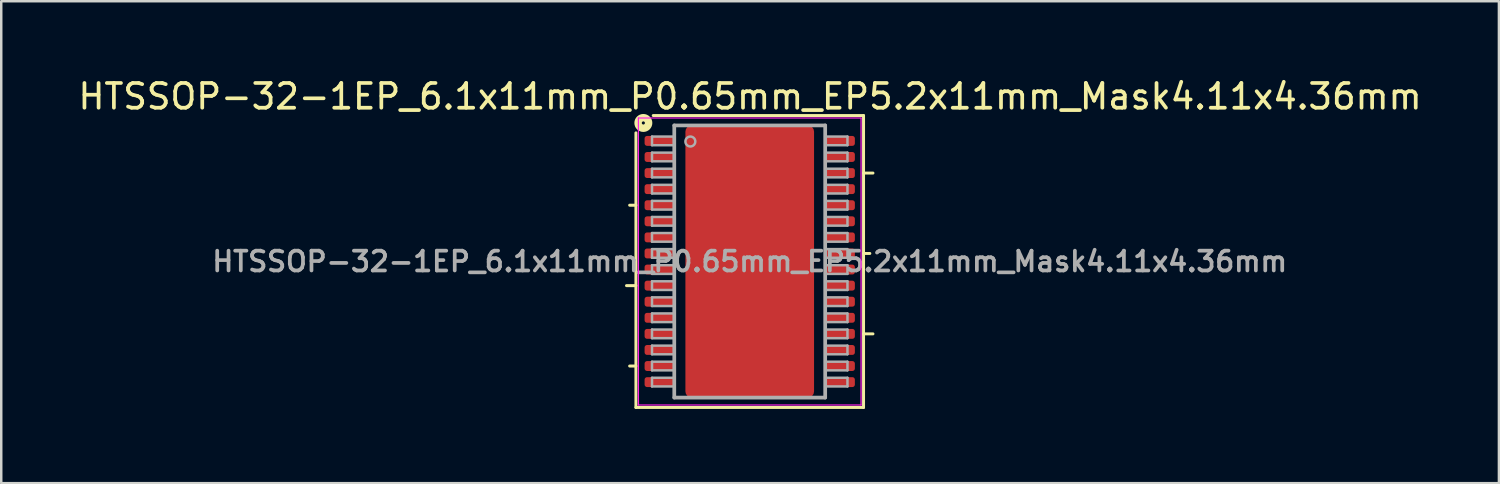
<source format=kicad_pcb>
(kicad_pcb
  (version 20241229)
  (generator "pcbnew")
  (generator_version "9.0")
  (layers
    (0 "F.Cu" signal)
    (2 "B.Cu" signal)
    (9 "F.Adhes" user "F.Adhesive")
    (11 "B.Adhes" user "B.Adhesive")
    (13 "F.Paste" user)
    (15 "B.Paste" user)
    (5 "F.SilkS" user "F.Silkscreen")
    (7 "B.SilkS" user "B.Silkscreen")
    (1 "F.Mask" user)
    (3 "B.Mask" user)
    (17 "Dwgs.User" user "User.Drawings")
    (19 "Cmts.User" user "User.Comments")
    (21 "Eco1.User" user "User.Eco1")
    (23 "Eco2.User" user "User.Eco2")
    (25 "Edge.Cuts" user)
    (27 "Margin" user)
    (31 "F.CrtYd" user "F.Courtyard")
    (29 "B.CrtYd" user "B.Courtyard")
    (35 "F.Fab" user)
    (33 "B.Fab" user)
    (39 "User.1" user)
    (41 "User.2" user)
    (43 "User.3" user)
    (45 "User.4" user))
  (footprint "HTSSOP-32-1EP_6.1x11mm_P0.65mm_EP5.2x11mm_Mask4.11x4.36mm"
    (layer "F.Cu")
    (at 27.254 7.52)
    (property "Reference" "HTSSOP-32-1EP_6.1x11mm_P0.65mm_EP5.2x11mm_Mask4.11x4.36mm" (at 0.014 -6.671 0) (layer "F.SilkS") (effects (font (size 1 1) (thickness 0.15))))
    (attr smd)
    (fp_line (start -4.6 -2.275) (end -4.854 -2.275) (stroke (width 0.12) (type solid)) (layer "F.SilkS"))
    (fp_line (start -4.6 0.975) (end -4.981 0.975) (stroke (width 0.12) (type solid)) (layer "F.SilkS"))
    (fp_line (start -4.6 4.225) (end -4.854 4.225) (stroke (width 0.12) (type solid)) (layer "F.SilkS"))
    (fp_line (start -4.6 5.9) (end -4.6 -5.2) (stroke (width 0.12) (type solid)) (layer "F.SilkS"))
    (fp_line (start -3.9 -5.9) (end 4.6 -5.9) (stroke (width 0.12) (type solid)) (layer "F.SilkS"))
    (fp_line (start 4.6 -5.9) (end 4.6 5.9) (stroke (width 0.12) (type solid)) (layer "F.SilkS"))
    (fp_line (start 4.6 -3.575) (end 4.981 -3.575) (stroke (width 0.12) (type solid)) (layer "F.SilkS"))
    (fp_line (start 4.6 -0.325) (end 4.854 -0.325) (stroke (width 0.12) (type solid)) (layer "F.SilkS"))
    (fp_line (start 4.6 2.925) (end 4.981 2.925) (stroke (width 0.12) (type solid)) (layer "F.SilkS"))
    (fp_line (start 4.6 5.9) (end -4.6 5.9) (stroke (width 0.12) (type solid)) (layer "F.SilkS"))
    (fp_circle (center -4.3 -5.6) (end -4.237 -5.6) (stroke (width 0.3) (type solid)) (fill no) (layer "F.SilkS"))
    (fp_line (start -4.5 -5.8) (end -4.5 5.8) (stroke (width 0.05) (type solid)) (layer "F.CrtYd"))
    (fp_line (start -4.5 5.8) (end 4.5 5.8) (stroke (width 0.05) (type solid)) (layer "F.CrtYd"))
    (fp_line (start 4.5 -5.8) (end -4.5 -5.8) (stroke (width 0.05) (type solid)) (layer "F.CrtYd"))
    (fp_line (start 4.5 5.8) (end 4.5 -5.8) (stroke (width 0.05) (type solid)) (layer "F.CrtYd"))
    (fp_line (start -3.95 -5.05) (end -3.95 -4.7) (stroke (width 0.1) (type solid)) (layer "F.Fab"))
    (fp_line (start -3.95 -5.05) (end -3.05 -5.05) (stroke (width 0.1) (type solid)) (layer "F.Fab"))
    (fp_line (start -3.95 -4.7) (end -3.05 -4.7) (stroke (width 0.1) (type solid)) (layer "F.Fab"))
    (fp_line (start -3.95 -4.4) (end -3.95 -4.05) (stroke (width 0.1) (type solid)) (layer "F.Fab"))
    (fp_line (start -3.95 -4.4) (end -3.05 -4.4) (stroke (width 0.1) (type solid)) (layer "F.Fab"))
    (fp_line (start -3.95 -4.05) (end -3.05 -4.05) (stroke (width 0.1) (type solid)) (layer "F.Fab"))
    (fp_line (start -3.95 -3.75) (end -3.95 -3.4) (stroke (width 0.1) (type solid)) (layer "F.Fab"))
    (fp_line (start -3.95 -3.75) (end -3.05 -3.75) (stroke (width 0.1) (type solid)) (layer "F.Fab"))
    (fp_line (start -3.95 -3.4) (end -3.05 -3.4) (stroke (width 0.1) (type solid)) (layer "F.Fab"))
    (fp_line (start -3.95 -3.1) (end -3.95 -2.75) (stroke (width 0.1) (type solid)) (layer "F.Fab"))
    (fp_line (start -3.95 -3.1) (end -3.05 -3.1) (stroke (width 0.1) (type solid)) (layer "F.Fab"))
    (fp_line (start -3.95 -2.75) (end -3.05 -2.75) (stroke (width 0.1) (type solid)) (layer "F.Fab"))
    (fp_line (start -3.95 -2.45) (end -3.95 -2.1) (stroke (width 0.1) (type solid)) (layer "F.Fab"))
    (fp_line (start -3.95 -2.45) (end -3.05 -2.45) (stroke (width 0.1) (type solid)) (layer "F.Fab"))
    (fp_line (start -3.95 -2.1) (end -3.05 -2.1) (stroke (width 0.1) (type solid)) (layer "F.Fab"))
    (fp_line (start -3.95 -1.8) (end -3.95 -1.45) (stroke (width 0.1) (type solid)) (layer "F.Fab"))
    (fp_line (start -3.95 -1.8) (end -3.05 -1.8) (stroke (width 0.1) (type solid)) (layer "F.Fab"))
    (fp_line (start -3.95 -1.45) (end -3.05 -1.45) (stroke (width 0.1) (type solid)) (layer "F.Fab"))
    (fp_line (start -3.95 -1.15) (end -3.95 -0.8) (stroke (width 0.1) (type solid)) (layer "F.Fab"))
    (fp_line (start -3.95 -1.15) (end -3.05 -1.15) (stroke (width 0.1) (type solid)) (layer "F.Fab"))
    (fp_line (start -3.95 -0.8) (end -3.05 -0.8) (stroke (width 0.1) (type solid)) (layer "F.Fab"))
    (fp_line (start -3.95 -0.5) (end -3.95 -0.15) (stroke (width 0.1) (type solid)) (layer "F.Fab"))
    (fp_line (start -3.95 -0.5) (end -3.05 -0.5) (stroke (width 0.1) (type solid)) (layer "F.Fab"))
    (fp_line (start -3.95 -0.15) (end -3.05 -0.15) (stroke (width 0.1) (type solid)) (layer "F.Fab"))
    (fp_line (start -3.95 0.15) (end -3.95 0.5) (stroke (width 0.1) (type solid)) (layer "F.Fab"))
    (fp_line (start -3.95 0.15) (end -3.05 0.15) (stroke (width 0.1) (type solid)) (layer "F.Fab"))
    (fp_line (start -3.95 0.5) (end -3.05 0.5) (stroke (width 0.1) (type solid)) (layer "F.Fab"))
    (fp_line (start -3.95 0.8) (end -3.95 1.15) (stroke (width 0.1) (type solid)) (layer "F.Fab"))
    (fp_line (start -3.95 0.8) (end -3.05 0.8) (stroke (width 0.1) (type solid)) (layer "F.Fab"))
    (fp_line (start -3.95 1.15) (end -3.05 1.15) (stroke (width 0.1) (type solid)) (layer "F.Fab"))
    (fp_line (start -3.95 1.45) (end -3.95 1.8) (stroke (width 0.1) (type solid)) (layer "F.Fab"))
    (fp_line (start -3.95 1.45) (end -3.05 1.45) (stroke (width 0.1) (type solid)) (layer "F.Fab"))
    (fp_line (start -3.95 1.8) (end -3.05 1.8) (stroke (width 0.1) (type solid)) (layer "F.Fab"))
    (fp_line (start -3.95 2.1) (end -3.95 2.45) (stroke (width 0.1) (type solid)) (layer "F.Fab"))
    (fp_line (start -3.95 2.1) (end -3.05 2.1) (stroke (width 0.1) (type solid)) (layer "F.Fab"))
    (fp_line (start -3.95 2.45) (end -3.05 2.45) (stroke (width 0.1) (type solid)) (layer "F.Fab"))
    (fp_line (start -3.95 2.75) (end -3.95 3.1) (stroke (width 0.1) (type solid)) (layer "F.Fab"))
    (fp_line (start -3.95 2.75) (end -3.05 2.75) (stroke (width 0.1) (type solid)) (layer "F.Fab"))
    (fp_line (start -3.95 3.1) (end -3.05 3.1) (stroke (width 0.1) (type solid)) (layer "F.Fab"))
    (fp_line (start -3.95 3.4) (end -3.95 3.75) (stroke (width 0.1) (type solid)) (layer "F.Fab"))
    (fp_line (start -3.95 3.4) (end -3.05 3.4) (stroke (width 0.1) (type solid)) (layer "F.Fab"))
    (fp_line (start -3.95 3.75) (end -3.05 3.75) (stroke (width 0.1) (type solid)) (layer "F.Fab"))
    (fp_line (start -3.95 4.05) (end -3.95 4.4) (stroke (width 0.1) (type solid)) (layer "F.Fab"))
    (fp_line (start -3.95 4.05) (end -3.05 4.05) (stroke (width 0.1) (type solid)) (layer "F.Fab"))
    (fp_line (start -3.95 4.4) (end -3.05 4.4) (stroke (width 0.1) (type solid)) (layer "F.Fab"))
    (fp_line (start -3.95 4.7) (end -3.95 5.05) (stroke (width 0.1) (type solid)) (layer "F.Fab"))
    (fp_line (start -3.95 4.7) (end -3.05 4.7) (stroke (width 0.1) (type solid)) (layer "F.Fab"))
    (fp_line (start -3.95 5.05) (end -3.05 5.05) (stroke (width 0.1) (type solid)) (layer "F.Fab"))
    (fp_line (start -3.05 -5.5) (end 3.05 -5.5) (stroke (width 0.15) (type solid)) (layer "F.Fab"))
    (fp_line (start -3.05 5.5) (end -3.05 -5.5) (stroke (width 0.15) (type solid)) (layer "F.Fab"))
    (fp_line (start 3.05 -5.5) (end 3.05 5.5) (stroke (width 0.15) (type solid)) (layer "F.Fab"))
    (fp_line (start 3.05 5.5) (end -3.05 5.5) (stroke (width 0.15) (type solid)) (layer "F.Fab"))
    (fp_line (start 3.95 -5.05) (end 3.05 -5.05) (stroke (width 0.1) (type solid)) (layer "F.Fab"))
    (fp_line (start 3.95 -4.7) (end 3.05 -4.7) (stroke (width 0.1) (type solid)) (layer "F.Fab"))
    (fp_line (start 3.95 -4.7) (end 3.95 -5.05) (stroke (width 0.1) (type solid)) (layer "F.Fab"))
    (fp_line (start 3.95 -4.4) (end 3.05 -4.4) (stroke (width 0.1) (type solid)) (layer "F.Fab"))
    (fp_line (start 3.95 -4.05) (end 3.05 -4.05) (stroke (width 0.1) (type solid)) (layer "F.Fab"))
    (fp_line (start 3.95 -4.05) (end 3.95 -4.4) (stroke (width 0.1) (type solid)) (layer "F.Fab"))
    (fp_line (start 3.95 -3.75) (end 3.05 -3.75) (stroke (width 0.1) (type solid)) (layer "F.Fab"))
    (fp_line (start 3.95 -3.4) (end 3.05 -3.4) (stroke (width 0.1) (type solid)) (layer "F.Fab"))
    (fp_line (start 3.95 -3.4) (end 3.95 -3.75) (stroke (width 0.1) (type solid)) (layer "F.Fab"))
    (fp_line (start 3.95 -3.1) (end 3.05 -3.1) (stroke (width 0.1) (type solid)) (layer "F.Fab"))
    (fp_line (start 3.95 -2.75) (end 3.05 -2.75) (stroke (width 0.1) (type solid)) (layer "F.Fab"))
    (fp_line (start 3.95 -2.75) (end 3.95 -3.1) (stroke (width 0.1) (type solid)) (layer "F.Fab"))
    (fp_line (start 3.95 -2.45) (end 3.05 -2.45) (stroke (width 0.1) (type solid)) (layer "F.Fab"))
    (fp_line (start 3.95 -2.1) (end 3.05 -2.1) (stroke (width 0.1) (type solid)) (layer "F.Fab"))
    (fp_line (start 3.95 -2.1) (end 3.95 -2.45) (stroke (width 0.1) (type solid)) (layer "F.Fab"))
    (fp_line (start 3.95 -1.8) (end 3.05 -1.8) (stroke (width 0.1) (type solid)) (layer "F.Fab"))
    (fp_line (start 3.95 -1.45) (end 3.05 -1.45) (stroke (width 0.1) (type solid)) (layer "F.Fab"))
    (fp_line (start 3.95 -1.45) (end 3.95 -1.8) (stroke (width 0.1) (type solid)) (layer "F.Fab"))
    (fp_line (start 3.95 -1.15) (end 3.05 -1.15) (stroke (width 0.1) (type solid)) (layer "F.Fab"))
    (fp_line (start 3.95 -0.8) (end 3.05 -0.8) (stroke (width 0.1) (type solid)) (layer "F.Fab"))
    (fp_line (start 3.95 -0.8) (end 3.95 -1.15) (stroke (width 0.1) (type solid)) (layer "F.Fab"))
    (fp_line (start 3.95 -0.5) (end 3.05 -0.5) (stroke (width 0.1) (type solid)) (layer "F.Fab"))
    (fp_line (start 3.95 -0.15) (end 3.05 -0.15) (stroke (width 0.1) (type solid)) (layer "F.Fab"))
    (fp_line (start 3.95 -0.15) (end 3.95 -0.5) (stroke (width 0.1) (type solid)) (layer "F.Fab"))
    (fp_line (start 3.95 0.15) (end 3.05 0.15) (stroke (width 0.1) (type solid)) (layer "F.Fab"))
    (fp_line (start 3.95 0.5) (end 3.05 0.5) (stroke (width 0.1) (type solid)) (layer "F.Fab"))
    (fp_line (start 3.95 0.5) (end 3.95 0.15) (stroke (width 0.1) (type solid)) (layer "F.Fab"))
    (fp_line (start 3.95 0.8) (end 3.05 0.8) (stroke (width 0.1) (type solid)) (layer "F.Fab"))
    (fp_line (start 3.95 1.15) (end 3.05 1.15) (stroke (width 0.1) (type solid)) (layer "F.Fab"))
    (fp_line (start 3.95 1.15) (end 3.95 0.8) (stroke (width 0.1) (type solid)) (layer "F.Fab"))
    (fp_line (start 3.95 1.45) (end 3.05 1.45) (stroke (width 0.1) (type solid)) (layer "F.Fab"))
    (fp_line (start 3.95 1.8) (end 3.05 1.8) (stroke (width 0.1) (type solid)) (layer "F.Fab"))
    (fp_line (start 3.95 1.8) (end 3.95 1.45) (stroke (width 0.1) (type solid)) (layer "F.Fab"))
    (fp_line (start 3.95 2.1) (end 3.05 2.1) (stroke (width 0.1) (type solid)) (layer "F.Fab"))
    (fp_line (start 3.95 2.45) (end 3.05 2.45) (stroke (width 0.1) (type solid)) (layer "F.Fab"))
    (fp_line (start 3.95 2.45) (end 3.95 2.1) (stroke (width 0.1) (type solid)) (layer "F.Fab"))
    (fp_line (start 3.95 2.75) (end 3.05 2.75) (stroke (width 0.1) (type solid)) (layer "F.Fab"))
    (fp_line (start 3.95 3.1) (end 3.05 3.1) (stroke (width 0.1) (type solid)) (layer "F.Fab"))
    (fp_line (start 3.95 3.1) (end 3.95 2.75) (stroke (width 0.1) (type solid)) (layer "F.Fab"))
    (fp_line (start 3.95 3.4) (end 3.05 3.4) (stroke (width 0.1) (type solid)) (layer "F.Fab"))
    (fp_line (start 3.95 3.75) (end 3.05 3.75) (stroke (width 0.1) (type solid)) (layer "F.Fab"))
    (fp_line (start 3.95 3.75) (end 3.95 3.4) (stroke (width 0.1) (type solid)) (layer "F.Fab"))
    (fp_line (start 3.95 4.05) (end 3.05 4.05) (stroke (width 0.1) (type solid)) (layer "F.Fab"))
    (fp_line (start 3.95 4.4) (end 3.05 4.4) (stroke (width 0.1) (type solid)) (layer "F.Fab"))
    (fp_line (start 3.95 4.4) (end 3.95 4.05) (stroke (width 0.1) (type solid)) (layer "F.Fab"))
    (fp_line (start 3.95 4.7) (end 3.05 4.7) (stroke (width 0.1) (type solid)) (layer "F.Fab"))
    (fp_line (start 3.95 5.05) (end 3.05 5.05) (stroke (width 0.1) (type solid)) (layer "F.Fab"))
    (fp_line (start 3.95 5.05) (end 3.95 4.7) (stroke (width 0.1) (type solid)) (layer "F.Fab"))
    (fp_circle (center -2.4 -4.85) (end -2.2 -4.85) (stroke (width 0.1) (type solid)) (fill no) (layer "F.Fab"))
    (fp_text user "${REFERENCE}" (at 0 0 0) (layer "F.Fab") (effects (font (size 0.8 0.8) (thickness 0.15))))
    (pad "" smd roundrect (at -1.37 -1.46) (size 1.07 1.16) (layers "F.Paste") (roundrect_rratio 0.234))
    (pad "" smd roundrect (at -1.37 0) (size 1.07 1.16) (layers "F.Paste") (roundrect_rratio 0.234))
    (pad "" smd roundrect (at -1.37 1.46) (size 1.07 1.16) (layers "F.Paste") (roundrect_rratio 0.234))
    (pad "" smd roundrect (at 0 -1.46) (size 1.07 1.16) (layers "F.Paste") (roundrect_rratio 0.234))
    (pad "" smd roundrect (at 0 0) (size 1.07 1.16) (layers "F.Paste") (roundrect_rratio 0.234))
    (pad "" smd roundrect (at 0 0) (size 4.11 4.36) (layers "F.Mask") (roundrect_rratio 0.061))
    (pad "" smd roundrect (at 0 1.46) (size 1.07 1.16) (layers "F.Paste") (roundrect_rratio 0.234))
    (pad "" smd roundrect (at 1.37 -1.46) (size 1.07 1.16) (layers "F.Paste") (roundrect_rratio 0.234))
    (pad "" smd roundrect (at 1.37 0) (size 1.07 1.16) (layers "F.Paste") (roundrect_rratio 0.234))
    (pad "" smd roundrect (at 1.37 1.46) (size 1.07 1.16) (layers "F.Paste") (roundrect_rratio 0.234))
    (pad "1" smd roundrect (at -3.65 -4.875) (size 1.2 0.4) (layers "F.Cu" "F.Mask" "F.Paste") (roundrect_rratio 0.25))
    (pad "2" smd roundrect (at -3.65 -4.225) (size 1.2 0.4) (layers "F.Cu" "F.Mask" "F.Paste") (roundrect_rratio 0.25))
    (pad "3" smd roundrect (at -3.65 -3.575) (size 1.2 0.4) (layers "F.Cu" "F.Mask" "F.Paste") (roundrect_rratio 0.25))
    (pad "4" smd roundrect (at -3.65 -2.925) (size 1.2 0.4) (layers "F.Cu" "F.Mask" "F.Paste") (roundrect_rratio 0.25))
    (pad "5" smd roundrect (at -3.65 -2.275) (size 1.2 0.4) (layers "F.Cu" "F.Mask" "F.Paste") (roundrect_rratio 0.25))
    (pad "6" smd roundrect (at -3.65 -1.625) (size 1.2 0.4) (layers "F.Cu" "F.Mask" "F.Paste") (roundrect_rratio 0.25))
    (pad "7" smd roundrect (at -3.65 -0.975) (size 1.2 0.4) (layers "F.Cu" "F.Mask" "F.Paste") (roundrect_rratio 0.25))
    (pad "8" smd roundrect (at -3.65 -0.325) (size 1.2 0.4) (layers "F.Cu" "F.Mask" "F.Paste") (roundrect_rratio 0.25))
    (pad "9" smd roundrect (at -3.65 0.325) (size 1.2 0.4) (layers "F.Cu" "F.Mask" "F.Paste") (roundrect_rratio 0.25))
    (pad "10" smd roundrect (at -3.65 0.975) (size 1.2 0.4) (layers "F.Cu" "F.Mask" "F.Paste") (roundrect_rratio 0.25))
    (pad "11" smd roundrect (at -3.65 1.625) (size 1.2 0.4) (layers "F.Cu" "F.Mask" "F.Paste") (roundrect_rratio 0.25))
    (pad "12" smd roundrect (at -3.65 2.275) (size 1.2 0.4) (layers "F.Cu" "F.Mask" "F.Paste") (roundrect_rratio 0.25))
    (pad "13" smd roundrect (at -3.65 2.925) (size 1.2 0.4) (layers "F.Cu" "F.Mask" "F.Paste") (roundrect_rratio 0.25))
    (pad "14" smd roundrect (at -3.65 3.575) (size 1.2 0.4) (layers "F.Cu" "F.Mask" "F.Paste") (roundrect_rratio 0.25))
    (pad "15" smd roundrect (at -3.65 4.225) (size 1.2 0.4) (layers "F.Cu" "F.Mask" "F.Paste") (roundrect_rratio 0.25))
    (pad "16" smd roundrect (at -3.65 4.875) (size 1.2 0.4) (layers "F.Cu" "F.Mask" "F.Paste") (roundrect_rratio 0.25))
    (pad "17" smd roundrect (at 3.65 4.875) (size 1.2 0.4) (layers "F.Cu" "F.Mask" "F.Paste") (roundrect_rratio 0.25))
    (pad "18" smd roundrect (at 3.65 4.225) (size 1.2 0.4) (layers "F.Cu" "F.Mask" "F.Paste") (roundrect_rratio 0.25))
    (pad "19" smd roundrect (at 3.65 3.575) (size 1.2 0.4) (layers "F.Cu" "F.Mask" "F.Paste") (roundrect_rratio 0.25))
    (pad "20" smd roundrect (at 3.65 2.925) (size 1.2 0.4) (layers "F.Cu" "F.Mask" "F.Paste") (roundrect_rratio 0.25))
    (pad "21" smd roundrect (at 3.65 2.275) (size 1.2 0.4) (layers "F.Cu" "F.Mask" "F.Paste") (roundrect_rratio 0.25))
    (pad "22" smd roundrect (at 3.65 1.625) (size 1.2 0.4) (layers "F.Cu" "F.Mask" "F.Paste") (roundrect_rratio 0.25))
    (pad "23" smd roundrect (at 3.65 0.975) (size 1.2 0.4) (layers "F.Cu" "F.Mask" "F.Paste") (roundrect_rratio 0.25))
    (pad "24" smd roundrect (at 3.65 0.325) (size 1.2 0.4) (layers "F.Cu" "F.Mask" "F.Paste") (roundrect_rratio 0.25))
    (pad "25" smd roundrect (at 3.65 -0.325) (size 1.2 0.4) (layers "F.Cu" "F.Mask" "F.Paste") (roundrect_rratio 0.25))
    (pad "26" smd roundrect (at 3.65 -0.975) (size 1.2 0.4) (layers "F.Cu" "F.Mask" "F.Paste") (roundrect_rratio 0.25))
    (pad "27" smd roundrect (at 3.65 -1.625) (size 1.2 0.4) (layers "F.Cu" "F.Mask" "F.Paste") (roundrect_rratio 0.25))
    (pad "28" smd roundrect (at 3.65 -2.275) (size 1.2 0.4) (layers "F.Cu" "F.Mask" "F.Paste") (roundrect_rratio 0.25))
    (pad "29" smd roundrect (at 3.65 -2.925) (size 1.2 0.4) (layers "F.Cu" "F.Mask" "F.Paste") (roundrect_rratio 0.25))
    (pad "30" smd roundrect (at 3.65 -3.575) (size 1.2 0.4) (layers "F.Cu" "F.Mask" "F.Paste") (roundrect_rratio 0.25))
    (pad "31" smd roundrect (at 3.65 -4.225) (size 1.2 0.4) (layers "F.Cu" "F.Mask" "F.Paste") (roundrect_rratio 0.25))
    (pad "32" smd roundrect (at 3.65 -4.875) (size 1.2 0.4) (layers "F.Cu" "F.Mask" "F.Paste") (roundrect_rratio 0.25))
    (pad "33" smd roundrect (at 0 0) (size 5.2 11) (layers "F.Cu") (roundrect_rratio 0.048)))
  (gr_rect
    (start -3 -3)
    (end 57.536 16.48)
    (stroke (width 0.1) (type default))
    (fill no)
    (layer "Edge.Cuts")))
</source>
